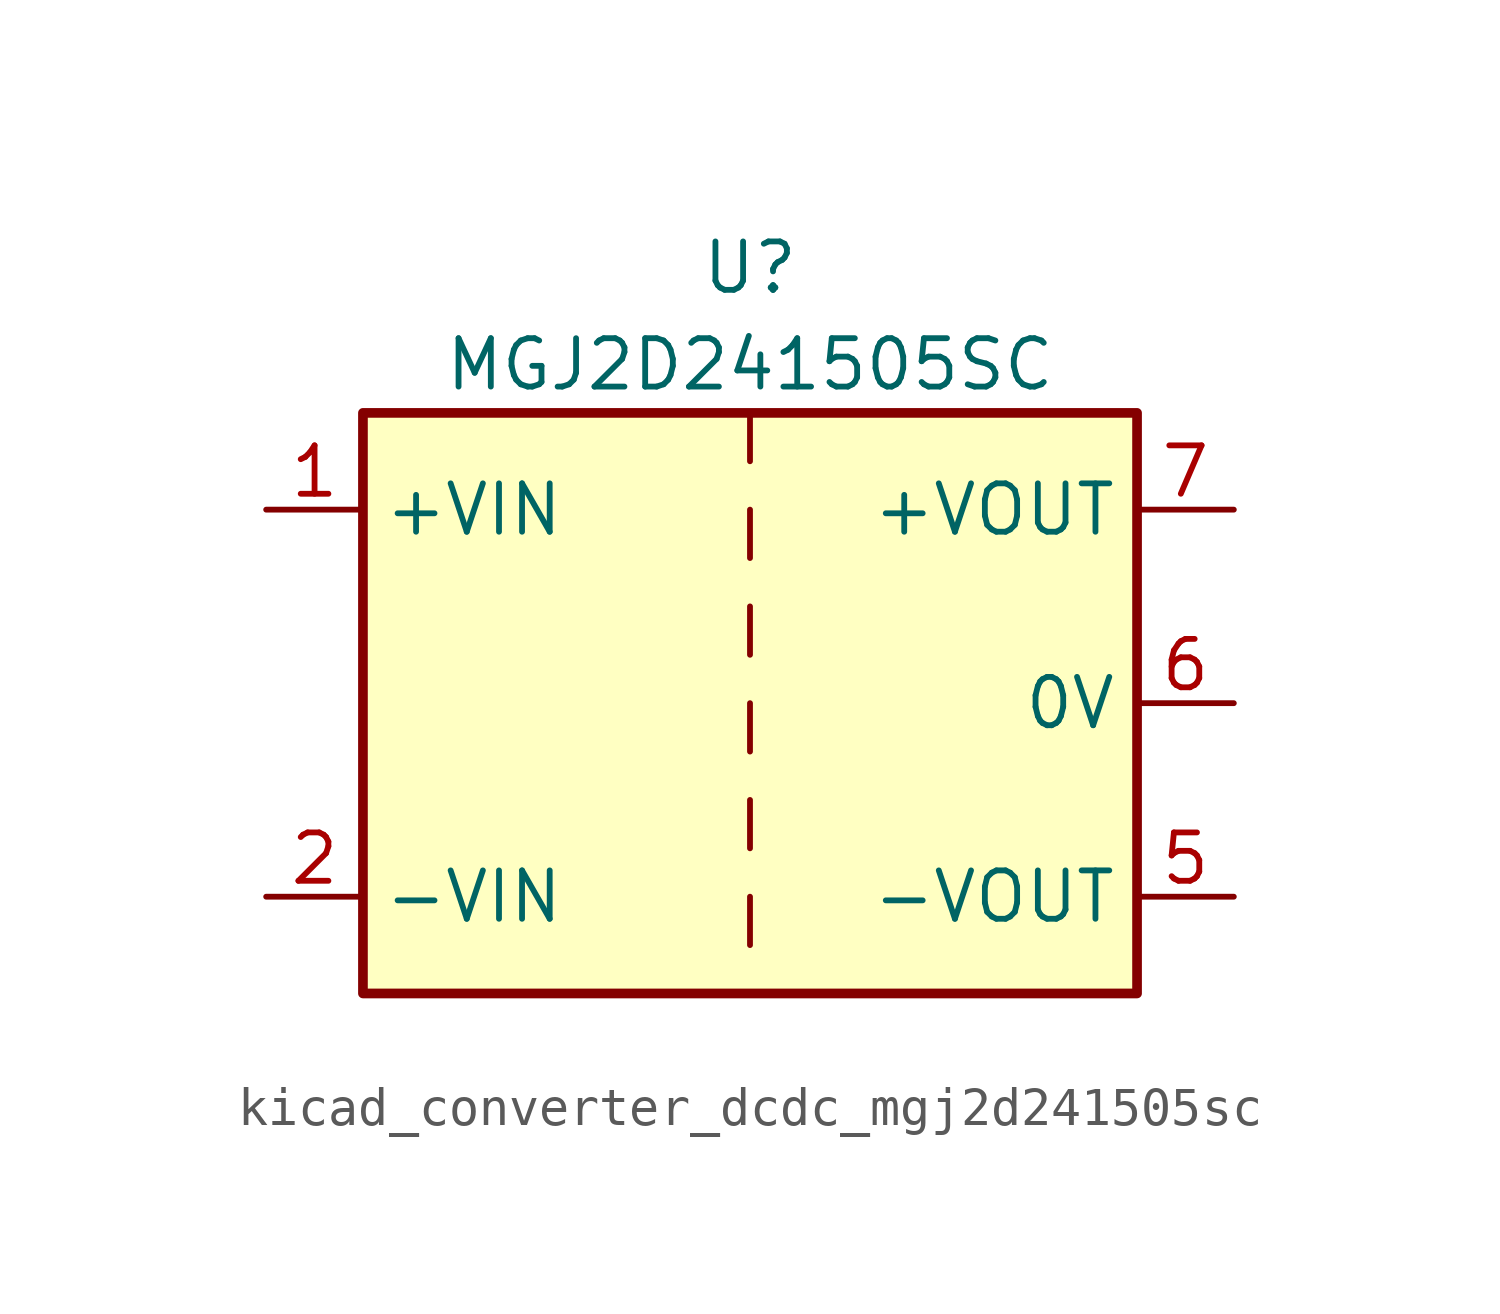
<source format=kicad_sym>
(kicad_symbol_lib
  (version 20220914)
  (generator kicad_symbol_editor)
  (symbol "kicad_converter_dcdc_mgj2d241505sc"
    (property "Reference" "U"
      (at 0 11.43 0)
      (effects (font (size 1.27 1.27))))
    (property "Value" "MGJ2D241505SC"
      (at 0 8.89 0)
      (effects (font (size 1.27 1.27))))
    (symbol "kicad_converter_dcdc_mgj2d241505sc_0_1"
      (rectangle (start -10.16 7.62) (end 10.16 -7.62) (stroke (width 0.254) (type default)) (fill (type background)))
      (polyline (pts (xy 0 -5.08) (xy 0 -6.35)) (stroke (width 0) (type default)) (fill (type none)))
      (polyline (pts (xy 0 -2.54) (xy 0 -3.81)) (stroke (width 0) (type default)) (fill (type none)))
      (polyline (pts (xy 0 0) (xy 0 -1.27)) (stroke (width 0) (type default)) (fill (type none)))
      (polyline (pts (xy 0 2.54) (xy 0 1.27)) (stroke (width 0) (type default)) (fill (type none)))
      (polyline (pts (xy 0 5.08) (xy 0 3.81)) (stroke (width 0) (type default)) (fill (type none)))
      (polyline (pts (xy 0 7.62) (xy 0 6.35)) (stroke (width 0) (type default)) (fill (type none))))
    (symbol "kicad_converter_dcdc_mgj2d241505sc_1_1"
      (pin power_in line (at -12.7 5.08 0) (length 2.54) (name "+VIN" (effects (font (size 1.27 1.27)))) (number "1" (effects (font (size 1.27 1.27)))))
      (pin power_in line (at -12.7 -5.08 0) (length 2.54) (name "-VIN" (effects (font (size 1.27 1.27)))) (number "2" (effects (font (size 1.27 1.27)))))
      (pin power_out line (at 12.7 -5.08 180) (length 2.54) (name "-VOUT" (effects (font (size 1.27 1.27)))) (number "5" (effects (font (size 1.27 1.27)))))
      (pin power_out line (at 12.7 0 180) (length 2.54) (name "0V" (effects (font (size 1.27 1.27)))) (number "6" (effects (font (size 1.27 1.27)))))
      (pin power_out line (at 12.7 5.08 180) (length 2.54) (name "+VOUT" (effects (font (size 1.27 1.27)))) (number "7" (effects (font (size 1.27 1.27))))))))
</source>
